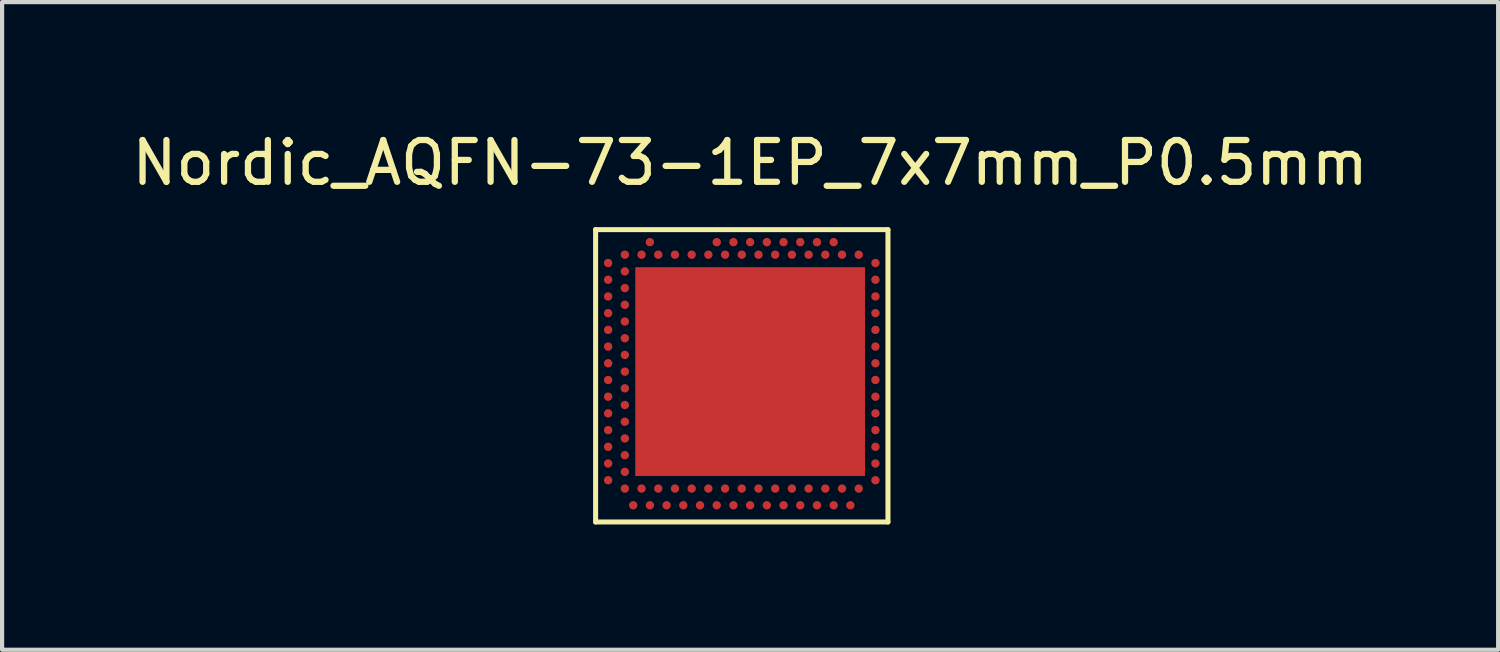
<source format=kicad_pcb>
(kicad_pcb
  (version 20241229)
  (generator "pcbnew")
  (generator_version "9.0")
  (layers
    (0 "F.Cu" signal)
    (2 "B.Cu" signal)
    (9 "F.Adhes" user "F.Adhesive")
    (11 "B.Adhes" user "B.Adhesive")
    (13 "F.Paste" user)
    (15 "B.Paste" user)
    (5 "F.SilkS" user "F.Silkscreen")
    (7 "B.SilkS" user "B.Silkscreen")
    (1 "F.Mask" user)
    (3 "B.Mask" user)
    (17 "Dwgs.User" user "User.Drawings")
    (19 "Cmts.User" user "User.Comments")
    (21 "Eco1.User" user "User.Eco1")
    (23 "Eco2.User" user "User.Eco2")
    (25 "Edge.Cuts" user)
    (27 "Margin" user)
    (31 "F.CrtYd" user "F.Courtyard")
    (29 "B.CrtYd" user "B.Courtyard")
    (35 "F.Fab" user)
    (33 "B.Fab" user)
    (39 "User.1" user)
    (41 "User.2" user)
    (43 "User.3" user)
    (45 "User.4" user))
  (footprint "Nordic_AQFN-73-1EP_7x7mm_P0.5mm"
    (layer "F.Cu")
    (at 14.911 5.348)
    (property "Reference" "Nordic_AQFN-73-1EP_7x7mm_P0.5mm" (at 0 -4.5 0) (layer "F.SilkS") (effects (font (size 1 1) (thickness 0.15))))
    (attr smd)
    (fp_line (start -3.7 -2.9) (end -3.7 4.1) (stroke (width 0.12) (type solid)) (layer "F.SilkS"))
    (fp_line (start -3.7 4.1) (end 3.3 4.1) (stroke (width 0.12) (type solid)) (layer "F.SilkS"))
    (fp_line (start 3.3 -2.9) (end -3.7 -2.9) (stroke (width 0.12) (type solid)) (layer "F.SilkS"))
    (fp_line (start 3.3 4.1) (end 3.3 -2.9) (stroke (width 0.12) (type solid)) (layer "F.SilkS"))
    (pad "A5" smd circle (at -2.4 -2.6 90) (size 0.2 0.2) (layers "F.Cu" "F.Mask"))
    (pad "A13" smd circle (at -0.8 -2.6 90) (size 0.2 0.2) (layers "F.Cu" "F.Mask"))
    (pad "A15" smd circle (at -0.4 -2.6 90) (size 0.2 0.2) (layers "F.Cu" "F.Mask"))
    (pad "A17" smd circle (at 0 -2.6 90) (size 0.2 0.2) (layers "F.Cu" "F.Mask"))
    (pad "A19" smd circle (at 0.4 -2.6 90) (size 0.2 0.2) (layers "F.Cu" "F.Mask"))
    (pad "A21" smd circle (at 0.8 -2.6 90) (size 0.2 0.2) (layers "F.Cu" "F.Mask"))
    (pad "A23" smd circle (at 1.2 -2.6 90) (size 0.2 0.2) (layers "F.Cu" "F.Mask"))
    (pad "A25" smd circle (at 1.6 -2.6 90) (size 0.2 0.2) (layers "F.Cu" "F.Mask"))
    (pad "A27" smd circle (at 2 -2.6 90) (size 0.2 0.2) (layers "F.Cu" "F.Mask"))
    (pad "AA1" smd circle (at -3.4 1.5 270) (size 0.2 0.2) (layers "F.Cu" "F.Mask"))
    (pad "AA31" smd circle (at 3 1.5 180) (size 0.2 0.2) (layers "F.Cu" "F.Mask"))
    (pad "AB2" smd circle (at -3 1.7 90) (size 0.2 0.2) (layers "F.Cu" "F.Mask"))
    (pad "AC1" smd circle (at -3.4 1.9 180) (size 0.2 0.2) (layers "F.Cu" "F.Mask"))
    (pad "AC31" smd circle (at 3 1.9 180) (size 0.2 0.2) (layers "F.Cu" "F.Mask"))
    (pad "AD2" smd circle (at -3 2.1 90) (size 0.2 0.2) (layers "F.Cu" "F.Mask"))
    (pad "AE1" smd circle (at -3.4 2.3 180) (size 0.2 0.2) (layers "F.Cu" "F.Mask"))
    (pad "AE31" smd circle (at 3 2.3 180) (size 0.2 0.2) (layers "F.Cu" "F.Mask"))
    (pad "AF2" smd circle (at -3 2.5 90) (size 0.2 0.2) (layers "F.Cu" "F.Mask"))
    (pad "AG1" smd circle (at -3.4 2.7 180) (size 0.2 0.2) (layers "F.Cu" "F.Mask"))
    (pad "AG31" smd circle (at 3 2.7 180) (size 0.2 0.2) (layers "F.Cu" "F.Mask"))
    (pad "AH2" smd circle (at -3 2.9 90) (size 0.2 0.2) (layers "F.Cu" "F.Mask"))
    (pad "AJ1" smd circle (at -3.4 3.1 180) (size 0.2 0.2) (layers "F.Cu" "F.Mask"))
    (pad "AJ31" smd circle (at 3 3.1 180) (size 0.2 0.2) (layers "F.Cu" "F.Mask"))
    (pad "AK2" smd circle (at -3 3.3 90) (size 0.2 0.2) (layers "F.Cu" "F.Mask"))
    (pad "AK4" smd circle (at -2.6 3.3 90) (size 0.2 0.2) (layers "F.Cu" "F.Mask"))
    (pad "AK6" smd circle (at -2.2 3.3 90) (size 0.2 0.2) (layers "F.Cu" "F.Mask"))
    (pad "AK8" smd circle (at -1.8 3.3 90) (size 0.2 0.2) (layers "F.Cu" "F.Mask"))
    (pad "AK10" smd circle (at -1.4 3.3 90) (size 0.2 0.2) (layers "F.Cu" "F.Mask"))
    (pad "AK12" smd circle (at -1 3.3 90) (size 0.2 0.2) (layers "F.Cu" "F.Mask"))
    (pad "AK14" smd circle (at -0.6 3.3 90) (size 0.2 0.2) (layers "F.Cu" "F.Mask"))
    (pad "AK16" smd circle (at -0.2 3.3 90) (size 0.2 0.2) (layers "F.Cu" "F.Mask"))
    (pad "AK18" smd circle (at 0.2 3.3 90) (size 0.2 0.2) (layers "F.Cu" "F.Mask"))
    (pad "AK20" smd circle (at 0.6 3.3 90) (size 0.2 0.2) (layers "F.Cu" "F.Mask"))
    (pad "AK22" smd circle (at 1 3.3 90) (size 0.2 0.2) (layers "F.Cu" "F.Mask"))
    (pad "AK24" smd circle (at 1.4 3.3 90) (size 0.2 0.2) (layers "F.Cu" "F.Mask"))
    (pad "AK26" smd circle (at 1.8 3.3 90) (size 0.2 0.2) (layers "F.Cu" "F.Mask"))
    (pad "AK28" smd circle (at 2.2 3.3 90) (size 0.2 0.2) (layers "F.Cu" "F.Mask"))
    (pad "AK30" smd circle (at 2.6 3.3 90) (size 0.2 0.2) (layers "F.Cu" "F.Mask"))
    (pad "AL3" smd circle (at -2.8 3.7 90) (size 0.2 0.2) (layers "F.Cu" "F.Mask"))
    (pad "AL5" smd circle (at -2.4 3.7 90) (size 0.2 0.2) (layers "F.Cu" "F.Mask"))
    (pad "AL7" smd circle (at -2 3.7 90) (size 0.2 0.2) (layers "F.Cu" "F.Mask"))
    (pad "AL9" smd circle (at -1.6 3.7 90) (size 0.2 0.2) (layers "F.Cu" "F.Mask"))
    (pad "AL11" smd circle (at -1.2 3.7 90) (size 0.2 0.2) (layers "F.Cu" "F.Mask"))
    (pad "AL13" smd circle (at -0.8 3.7 90) (size 0.2 0.2) (layers "F.Cu" "F.Mask"))
    (pad "AL15" smd circle (at -0.4 3.7 90) (size 0.2 0.2) (layers "F.Cu" "F.Mask"))
    (pad "AL17" smd circle (at 0 3.7 90) (size 0.2 0.2) (layers "F.Cu" "F.Mask"))
    (pad "AL19" smd circle (at 0.4 3.7 90) (size 0.2 0.2) (layers "F.Cu" "F.Mask"))
    (pad "AL21" smd circle (at 0.8 3.7 90) (size 0.2 0.2) (layers "F.Cu" "F.Mask"))
    (pad "AL23" smd circle (at 1.2 3.7 90) (size 0.2 0.2) (layers "F.Cu" "F.Mask"))
    (pad "AL25" smd circle (at 1.6 3.7 90) (size 0.2 0.2) (layers "F.Cu" "F.Mask"))
    (pad "AL27" smd circle (at 2 3.7 90) (size 0.2 0.2) (layers "F.Cu" "F.Mask"))
    (pad "AL29" smd circle (at 2.4 3.7 90) (size 0.2 0.2) (layers "F.Cu" "F.Mask"))
    (pad "B2" smd circle (at -3 -2.3 90) (size 0.2 0.2) (layers "F.Cu" "F.Mask"))
    (pad "B4" smd circle (at -2.6 -2.3 90) (size 0.2 0.2) (layers "F.Cu" "F.Mask"))
    (pad "B6" smd circle (at -2.2 -2.3 90) (size 0.2 0.2) (layers "F.Cu" "F.Mask"))
    (pad "B8" smd circle (at -1.8 -2.3 90) (size 0.2 0.2) (layers "F.Cu" "F.Mask"))
    (pad "B10" smd circle (at -1.4 -2.3 90) (size 0.2 0.2) (layers "F.Cu" "F.Mask"))
    (pad "B12" smd circle (at -1 -2.3 90) (size 0.2 0.2) (layers "F.Cu" "F.Mask"))
    (pad "B14" smd circle (at -0.6 -2.3 90) (size 0.2 0.2) (layers "F.Cu" "F.Mask"))
    (pad "B16" smd circle (at -0.2 -2.3 90) (size 0.2 0.2) (layers "F.Cu" "F.Mask"))
    (pad "B18" smd circle (at 0.2 -2.3 90) (size 0.2 0.2) (layers "F.Cu" "F.Mask"))
    (pad "B20" smd circle (at 0.6 -2.3 90) (size 0.2 0.2) (layers "F.Cu" "F.Mask"))
    (pad "B22" smd circle (at 1 -2.3 90) (size 0.2 0.2) (layers "F.Cu" "F.Mask"))
    (pad "B24" smd circle (at 1.4 -2.3 90) (size 0.2 0.2) (layers "F.Cu" "F.Mask"))
    (pad "B26" smd circle (at 1.8 -2.3 90) (size 0.2 0.2) (layers "F.Cu" "F.Mask"))
    (pad "B28" smd circle (at 2.2 -2.3 90) (size 0.2 0.2) (layers "F.Cu" "F.Mask"))
    (pad "B30" smd circle (at 2.6 -2.3 180) (size 0.2 0.2) (layers "F.Cu" "F.Mask"))
    (pad "C1" smd circle (at -3.4 -2.1 180) (size 0.2 0.2) (layers "F.Cu" "F.Mask"))
    (pad "C31" smd circle (at 3 -2.1 180) (size 0.2 0.2) (layers "F.Cu" "F.Mask"))
    (pad "D2" smd circle (at -3 -1.9 90) (size 0.2 0.2) (layers "F.Cu" "F.Mask"))
    (pad "E1" smd circle (at -3.4 -1.7 180) (size 0.2 0.2) (layers "F.Cu" "F.Mask"))
    (pad "E31" smd circle (at 3 -1.7 180) (size 0.2 0.2) (layers "F.Cu" "F.Mask"))
    (pad "F2" smd circle (at -3 -1.5 90) (size 0.2 0.2) (layers "F.Cu" "F.Mask"))
    (pad "G1" smd circle (at -3.4 -1.3 180) (size 0.2 0.2) (layers "F.Cu" "F.Mask"))
    (pad "G31" smd circle (at 3 -1.3 180) (size 0.2 0.2) (layers "F.Cu" "F.Mask"))
    (pad "H2" smd circle (at -3 -1.1 90) (size 0.2 0.2) (layers "F.Cu" "F.Mask"))
    (pad "J1" smd circle (at -3.4 -0.9 180) (size 0.2 0.2) (layers "F.Cu" "F.Mask"))
    (pad "J31" smd circle (at 3 -0.9 180) (size 0.2 0.2) (layers "F.Cu" "F.Mask"))
    (pad "K2" smd circle (at -3 -0.7 90) (size 0.2 0.2) (layers "F.Cu" "F.Mask"))
    (pad "L1" smd circle (at -3.4 -0.5 180) (size 0.2 0.2) (layers "F.Cu" "F.Mask"))
    (pad "L31" smd circle (at 3 -0.5 180) (size 0.2 0.2) (layers "F.Cu" "F.Mask"))
    (pad "M2" smd circle (at -3 -0.3 90) (size 0.2 0.2) (layers "F.Cu" "F.Mask"))
    (pad "N1" smd circle (at -3.4 -0.1 180) (size 0.2 0.2) (layers "F.Cu" "F.Mask"))
    (pad "N31" smd circle (at 3 -0.1 180) (size 0.2 0.2) (layers "F.Cu" "F.Mask"))
    (pad "P2" smd circle (at -3 0.1 90) (size 0.2 0.2) (layers "F.Cu" "F.Mask"))
    (pad "R1" smd circle (at -3.4 0.3 180) (size 0.2 0.2) (layers "F.Cu" "F.Mask"))
    (pad "R31" smd circle (at 3 0.3 180) (size 0.2 0.2) (layers "F.Cu" "F.Mask"))
    (pad "T2" smd circle (at -3 0.5 90) (size 0.2 0.2) (layers "F.Cu" "F.Mask"))
    (pad "U1" smd circle (at -3.4 0.7 180) (size 0.2 0.2) (layers "F.Cu" "F.Mask"))
    (pad "U31" smd circle (at 3 0.7 180) (size 0.2 0.2) (layers "F.Cu" "F.Mask"))
    (pad "V2" smd circle (at -3 0.9 90) (size 0.2 0.2) (layers "F.Cu" "F.Mask"))
    (pad "VSS" smd rect (at 0 0.5 180) (size 5.5 5) (layers "F.Cu" "F.Mask"))
    (pad "W1" smd circle (at -3.4 1.1 180) (size 0.2 0.2) (layers "F.Cu" "F.Mask"))
    (pad "W31" smd circle (at 3 1.1 270) (size 0.2 0.2) (layers "F.Cu" "F.Mask"))
    (pad "Y2" smd circle (at -3 1.3 90) (size 0.2 0.2) (layers "F.Cu" "F.Mask")))
  (gr_rect
    (start -3 -3)
    (end 32.821 12.508)
    (stroke (width 0.1) (type default))
    (fill no)
    (layer "Edge.Cuts")))
</source>
